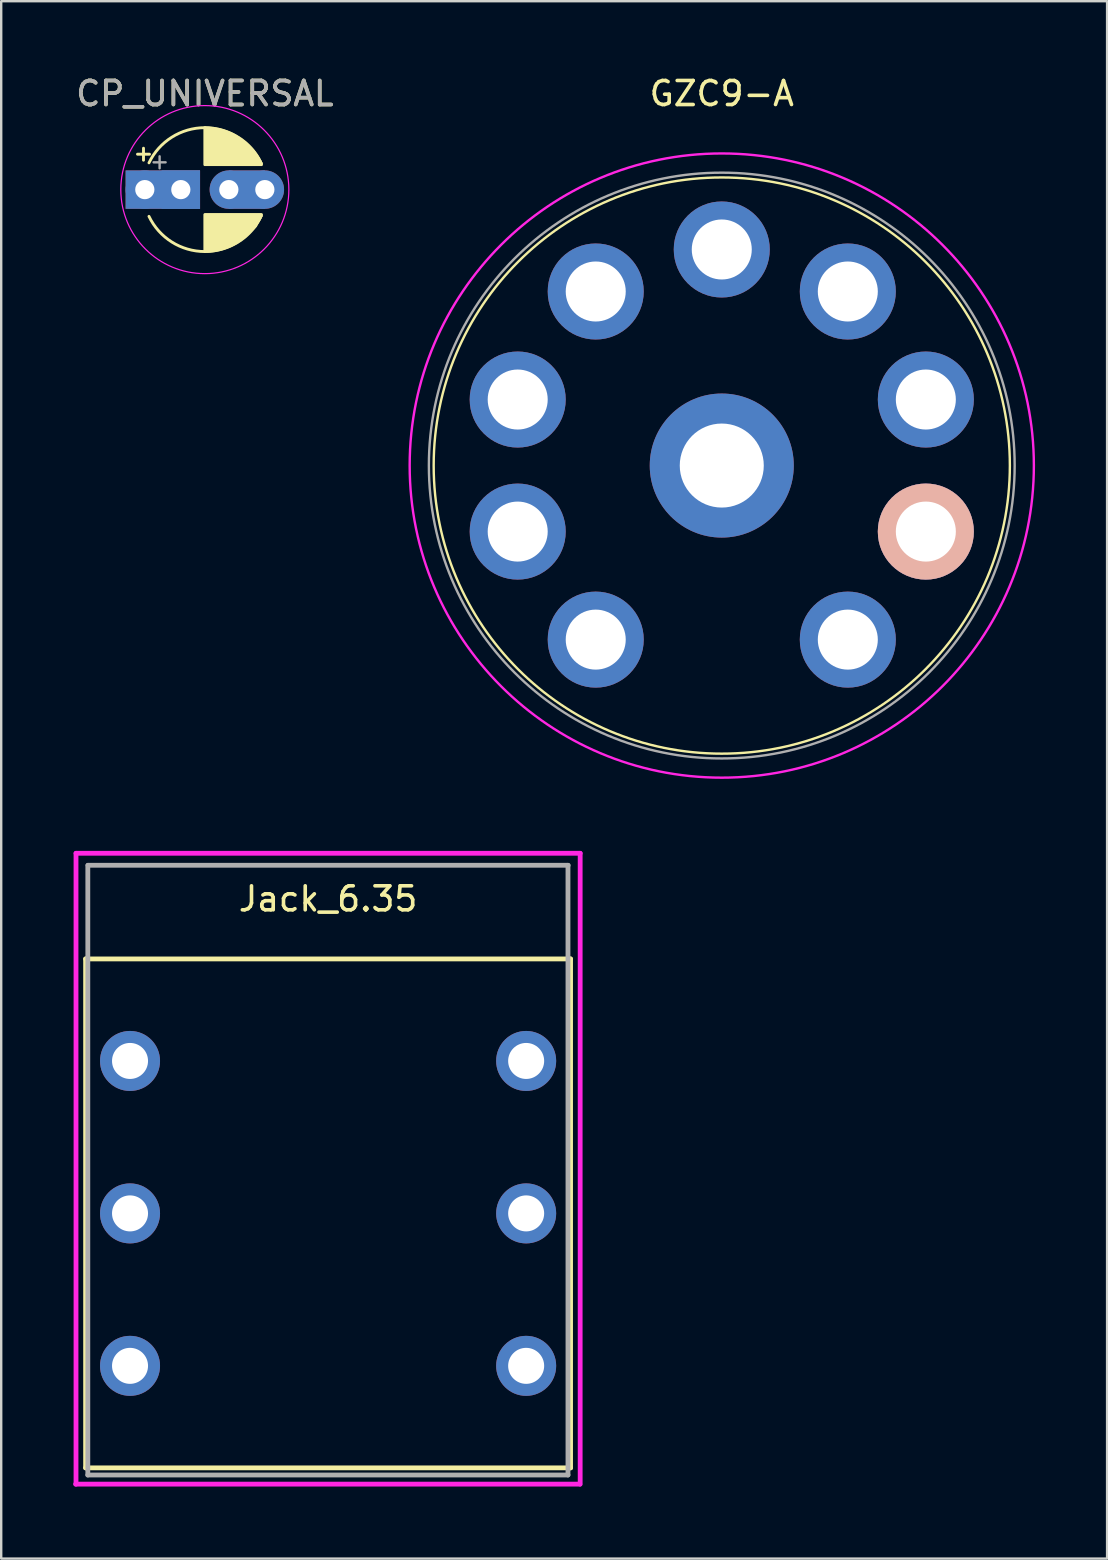
<source format=kicad_pcb>
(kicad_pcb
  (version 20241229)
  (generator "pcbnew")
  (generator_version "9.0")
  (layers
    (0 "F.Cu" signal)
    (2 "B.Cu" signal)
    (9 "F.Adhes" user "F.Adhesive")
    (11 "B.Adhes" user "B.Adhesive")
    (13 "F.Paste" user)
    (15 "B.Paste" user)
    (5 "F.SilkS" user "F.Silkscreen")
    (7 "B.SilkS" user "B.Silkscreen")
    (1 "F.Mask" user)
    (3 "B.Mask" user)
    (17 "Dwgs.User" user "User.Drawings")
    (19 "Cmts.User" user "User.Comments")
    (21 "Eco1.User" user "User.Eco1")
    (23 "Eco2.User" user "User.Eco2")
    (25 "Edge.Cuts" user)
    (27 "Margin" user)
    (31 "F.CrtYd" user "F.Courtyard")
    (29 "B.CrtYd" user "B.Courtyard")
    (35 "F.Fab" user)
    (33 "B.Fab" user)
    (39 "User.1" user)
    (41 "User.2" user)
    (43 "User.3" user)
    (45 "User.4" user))
  (footprint "CP_UNIVERSAL"
    (layer "F.Cu")
    (at 4.482 4.848)
    (property "Reference" "CP_UNIVERSAL" (at 1 -4 0) (layer "F.SilkS") (effects (font (size 1 1) (thickness 0.15))))
    (attr through_hole)
    (fp_poly (pts (xy 0.8 0.8) (xy -2.3 0.8) (xy -2.3 -0.8) (xy 0.8 -0.8)) (stroke (width 0) (type solid)) (fill yes) (layer "F.Cu"))
    (fp_poly (pts (xy 3.5 0.8) (xy 2 0.8) (xy 2 -0.8) (xy 3.5 -0.8)) (stroke (width 0) (type solid)) (fill yes) (layer "F.Cu"))
    (fp_poly (pts (xy 0.8 0.8) (xy -2.3 0.8) (xy -2.3 -0.8) (xy 0.8 -0.8)) (stroke (width 0) (type solid)) (fill yes) (layer "F.Mask"))
    (fp_poly (pts (xy 3.48 0.8) (xy 1.98 0.8) (xy 1.98 -0.8) (xy 3.48 -0.8)) (stroke (width 0) (type solid)) (fill yes) (layer "F.Mask"))
    (fp_poly (pts (xy 0.8 0.8) (xy -2.3 0.8) (xy -2.3 -0.8) (xy 0.8 -0.8)) (stroke (width 0) (type solid)) (fill yes) (layer "B.Cu"))
    (fp_poly (pts (xy 3.5 0.8) (xy 2 0.8) (xy 2 -0.8) (xy 3.5 -0.8)) (stroke (width 0) (type solid)) (fill yes) (layer "B.Cu"))
    (fp_line (start -1.805 -1.475) (end -1.305 -1.475) (stroke (width 0.12) (type solid)) (layer "F.SilkS"))
    (fp_line (start -1.555 -1.725) (end -1.555 -1.225) (stroke (width 0.12) (type solid)) (layer "F.SilkS"))
    (fp_line (start 1 -2.58) (end 1 -1.04) (stroke (width 0.12) (type solid)) (layer "F.SilkS"))
    (fp_line (start 1 1.04) (end 1 2.58) (stroke (width 0.12) (type solid)) (layer "F.SilkS"))
    (fp_line (start 1.04 -2.58) (end 1.04 -1.04) (stroke (width 0.12) (type solid)) (layer "F.SilkS"))
    (fp_line (start 1.04 1.04) (end 1.04 2.58) (stroke (width 0.12) (type solid)) (layer "F.SilkS"))
    (fp_line (start 1.08 -2.579) (end 1.08 -1.04) (stroke (width 0.12) (type solid)) (layer "F.SilkS"))
    (fp_line (start 1.08 1.04) (end 1.08 2.579) (stroke (width 0.12) (type solid)) (layer "F.SilkS"))
    (fp_line (start 1.12 -2.578) (end 1.12 -1.04) (stroke (width 0.12) (type solid)) (layer "F.SilkS"))
    (fp_line (start 1.12 1.04) (end 1.12 2.578) (stroke (width 0.12) (type solid)) (layer "F.SilkS"))
    (fp_line (start 1.16 -2.576) (end 1.16 -1.04) (stroke (width 0.12) (type solid)) (layer "F.SilkS"))
    (fp_line (start 1.16 1.04) (end 1.16 2.576) (stroke (width 0.12) (type solid)) (layer "F.SilkS"))
    (fp_line (start 1.2 -2.573) (end 1.2 -1.04) (stroke (width 0.12) (type solid)) (layer "F.SilkS"))
    (fp_line (start 1.2 1.04) (end 1.2 2.573) (stroke (width 0.12) (type solid)) (layer "F.SilkS"))
    (fp_line (start 1.24 -2.569) (end 1.24 -1.04) (stroke (width 0.12) (type solid)) (layer "F.SilkS"))
    (fp_line (start 1.24 1.04) (end 1.24 2.569) (stroke (width 0.12) (type solid)) (layer "F.SilkS"))
    (fp_line (start 1.28 -2.565) (end 1.28 -1.04) (stroke (width 0.12) (type solid)) (layer "F.SilkS"))
    (fp_line (start 1.28 1.04) (end 1.28 2.565) (stroke (width 0.12) (type solid)) (layer "F.SilkS"))
    (fp_line (start 1.32 -2.561) (end 1.32 -1.04) (stroke (width 0.12) (type solid)) (layer "F.SilkS"))
    (fp_line (start 1.32 1.04) (end 1.32 2.561) (stroke (width 0.12) (type solid)) (layer "F.SilkS"))
    (fp_line (start 1.36 -2.556) (end 1.36 -1.04) (stroke (width 0.12) (type solid)) (layer "F.SilkS"))
    (fp_line (start 1.36 1.04) (end 1.36 2.556) (stroke (width 0.12) (type solid)) (layer "F.SilkS"))
    (fp_line (start 1.4 -2.55) (end 1.4 -1.04) (stroke (width 0.12) (type solid)) (layer "F.SilkS"))
    (fp_line (start 1.4 1.04) (end 1.4 2.55) (stroke (width 0.12) (type solid)) (layer "F.SilkS"))
    (fp_line (start 1.44 -2.543) (end 1.44 -1.04) (stroke (width 0.12) (type solid)) (layer "F.SilkS"))
    (fp_line (start 1.44 1.04) (end 1.44 2.543) (stroke (width 0.12) (type solid)) (layer "F.SilkS"))
    (fp_line (start 1.48 -2.536) (end 1.48 -1.04) (stroke (width 0.12) (type solid)) (layer "F.SilkS"))
    (fp_line (start 1.48 1.04) (end 1.48 2.536) (stroke (width 0.12) (type solid)) (layer "F.SilkS"))
    (fp_line (start 1.52 -2.528) (end 1.52 -1.04) (stroke (width 0.12) (type solid)) (layer "F.SilkS"))
    (fp_line (start 1.52 1.04) (end 1.52 2.528) (stroke (width 0.12) (type solid)) (layer "F.SilkS"))
    (fp_line (start 1.56 -2.52) (end 1.56 -1.04) (stroke (width 0.12) (type solid)) (layer "F.SilkS"))
    (fp_line (start 1.56 1.04) (end 1.56 2.52) (stroke (width 0.12) (type solid)) (layer "F.SilkS"))
    (fp_line (start 1.6 -2.511) (end 1.6 -1.04) (stroke (width 0.12) (type solid)) (layer "F.SilkS"))
    (fp_line (start 1.6 1.04) (end 1.6 2.511) (stroke (width 0.12) (type solid)) (layer "F.SilkS"))
    (fp_line (start 1.64 -2.501) (end 1.64 -1.04) (stroke (width 0.12) (type solid)) (layer "F.SilkS"))
    (fp_line (start 1.64 1.04) (end 1.64 2.501) (stroke (width 0.12) (type solid)) (layer "F.SilkS"))
    (fp_line (start 1.68 -2.491) (end 1.68 -1.04) (stroke (width 0.12) (type solid)) (layer "F.SilkS"))
    (fp_line (start 1.68 1.04) (end 1.68 2.491) (stroke (width 0.12) (type solid)) (layer "F.SilkS"))
    (fp_line (start 1.721 -2.48) (end 1.721 -1.04) (stroke (width 0.12) (type solid)) (layer "F.SilkS"))
    (fp_line (start 1.721 1.04) (end 1.721 2.48) (stroke (width 0.12) (type solid)) (layer "F.SilkS"))
    (fp_line (start 1.761 -2.468) (end 1.761 -1.04) (stroke (width 0.12) (type solid)) (layer "F.SilkS"))
    (fp_line (start 1.761 1.04) (end 1.761 2.468) (stroke (width 0.12) (type solid)) (layer "F.SilkS"))
    (fp_line (start 1.801 -2.455) (end 1.801 -1.04) (stroke (width 0.12) (type solid)) (layer "F.SilkS"))
    (fp_line (start 1.801 1.04) (end 1.801 2.455) (stroke (width 0.12) (type solid)) (layer "F.SilkS"))
    (fp_line (start 1.841 -2.442) (end 1.841 -1.04) (stroke (width 0.12) (type solid)) (layer "F.SilkS"))
    (fp_line (start 1.841 1.04) (end 1.841 2.442) (stroke (width 0.12) (type solid)) (layer "F.SilkS"))
    (fp_line (start 1.881 -2.428) (end 1.881 -1.04) (stroke (width 0.12) (type solid)) (layer "F.SilkS"))
    (fp_line (start 1.881 1.04) (end 1.881 2.428) (stroke (width 0.12) (type solid)) (layer "F.SilkS"))
    (fp_line (start 1.921 -2.414) (end 1.921 -1.04) (stroke (width 0.12) (type solid)) (layer "F.SilkS"))
    (fp_line (start 1.921 1.04) (end 1.921 2.414) (stroke (width 0.12) (type solid)) (layer "F.SilkS"))
    (fp_line (start 1.961 -2.398) (end 1.961 -1.04) (stroke (width 0.12) (type solid)) (layer "F.SilkS"))
    (fp_line (start 1.961 1.04) (end 1.961 2.398) (stroke (width 0.12) (type solid)) (layer "F.SilkS"))
    (fp_line (start 2.001 -2.382) (end 2.001 -1.04) (stroke (width 0.12) (type solid)) (layer "F.SilkS"))
    (fp_line (start 2.001 1.04) (end 2.001 2.382) (stroke (width 0.12) (type solid)) (layer "F.SilkS"))
    (fp_line (start 2.041 -2.365) (end 2.041 -1.04) (stroke (width 0.12) (type solid)) (layer "F.SilkS"))
    (fp_line (start 2.041 1.04) (end 2.041 2.365) (stroke (width 0.12) (type solid)) (layer "F.SilkS"))
    (fp_line (start 2.081 -2.348) (end 2.081 -1.04) (stroke (width 0.12) (type solid)) (layer "F.SilkS"))
    (fp_line (start 2.081 1.04) (end 2.081 2.348) (stroke (width 0.12) (type solid)) (layer "F.SilkS"))
    (fp_line (start 2.121 -2.329) (end 2.121 -1.04) (stroke (width 0.12) (type solid)) (layer "F.SilkS"))
    (fp_line (start 2.121 1.04) (end 2.121 2.329) (stroke (width 0.12) (type solid)) (layer "F.SilkS"))
    (fp_line (start 2.161 -2.31) (end 2.161 -1.04) (stroke (width 0.12) (type solid)) (layer "F.SilkS"))
    (fp_line (start 2.161 1.04) (end 2.161 2.31) (stroke (width 0.12) (type solid)) (layer "F.SilkS"))
    (fp_line (start 2.201 -2.29) (end 2.201 -1.04) (stroke (width 0.12) (type solid)) (layer "F.SilkS"))
    (fp_line (start 2.201 1.04) (end 2.201 2.29) (stroke (width 0.12) (type solid)) (layer "F.SilkS"))
    (fp_line (start 2.241 -2.268) (end 2.241 -1.04) (stroke (width 0.12) (type solid)) (layer "F.SilkS"))
    (fp_line (start 2.241 1.04) (end 2.241 2.268) (stroke (width 0.12) (type solid)) (layer "F.SilkS"))
    (fp_line (start 2.281 -2.247) (end 2.281 -1.04) (stroke (width 0.12) (type solid)) (layer "F.SilkS"))
    (fp_line (start 2.281 1.04) (end 2.281 2.247) (stroke (width 0.12) (type solid)) (layer "F.SilkS"))
    (fp_line (start 2.321 -2.224) (end 2.321 -1.04) (stroke (width 0.12) (type solid)) (layer "F.SilkS"))
    (fp_line (start 2.321 1.04) (end 2.321 2.224) (stroke (width 0.12) (type solid)) (layer "F.SilkS"))
    (fp_line (start 2.361 -2.2) (end 2.361 -1.04) (stroke (width 0.12) (type solid)) (layer "F.SilkS"))
    (fp_line (start 2.361 1.04) (end 2.361 2.2) (stroke (width 0.12) (type solid)) (layer "F.SilkS"))
    (fp_line (start 2.401 -2.175) (end 2.401 -1.04) (stroke (width 0.12) (type solid)) (layer "F.SilkS"))
    (fp_line (start 2.401 1.04) (end 2.401 2.175) (stroke (width 0.12) (type solid)) (layer "F.SilkS"))
    (fp_line (start 2.441 -2.149) (end 2.441 -1.04) (stroke (width 0.12) (type solid)) (layer "F.SilkS"))
    (fp_line (start 2.441 1.04) (end 2.441 2.149) (stroke (width 0.12) (type solid)) (layer "F.SilkS"))
    (fp_line (start 2.481 -2.122) (end 2.481 -1.04) (stroke (width 0.12) (type solid)) (layer "F.SilkS"))
    (fp_line (start 2.481 1.04) (end 2.481 2.122) (stroke (width 0.12) (type solid)) (layer "F.SilkS"))
    (fp_line (start 2.521 -2.095) (end 2.521 -1.04) (stroke (width 0.12) (type solid)) (layer "F.SilkS"))
    (fp_line (start 2.521 1.04) (end 2.521 2.095) (stroke (width 0.12) (type solid)) (layer "F.SilkS"))
    (fp_line (start 2.561 -2.065) (end 2.561 -1.04) (stroke (width 0.12) (type solid)) (layer "F.SilkS"))
    (fp_line (start 2.561 1.04) (end 2.561 2.065) (stroke (width 0.12) (type solid)) (layer "F.SilkS"))
    (fp_line (start 2.601 -2.035) (end 2.601 -1.04) (stroke (width 0.12) (type solid)) (layer "F.SilkS"))
    (fp_line (start 2.601 1.04) (end 2.601 2.035) (stroke (width 0.12) (type solid)) (layer "F.SilkS"))
    (fp_line (start 2.641 -2.004) (end 2.641 -1.04) (stroke (width 0.12) (type solid)) (layer "F.SilkS"))
    (fp_line (start 2.641 1.04) (end 2.641 2.004) (stroke (width 0.12) (type solid)) (layer "F.SilkS"))
    (fp_line (start 2.681 -1.971) (end 2.681 -1.04) (stroke (width 0.12) (type solid)) (layer "F.SilkS"))
    (fp_line (start 2.681 1.04) (end 2.681 1.971) (stroke (width 0.12) (type solid)) (layer "F.SilkS"))
    (fp_line (start 2.721 -1.937) (end 2.721 -1.04) (stroke (width 0.12) (type solid)) (layer "F.SilkS"))
    (fp_line (start 2.721 1.04) (end 2.721 1.937) (stroke (width 0.12) (type solid)) (layer "F.SilkS"))
    (fp_line (start 2.761 -1.901) (end 2.761 -1.04) (stroke (width 0.12) (type solid)) (layer "F.SilkS"))
    (fp_line (start 2.761 1.04) (end 2.761 1.901) (stroke (width 0.12) (type solid)) (layer "F.SilkS"))
    (fp_line (start 2.801 -1.864) (end 2.801 -1.04) (stroke (width 0.12) (type solid)) (layer "F.SilkS"))
    (fp_line (start 2.801 1.04) (end 2.801 1.864) (stroke (width 0.12) (type solid)) (layer "F.SilkS"))
    (fp_line (start 2.841 -1.826) (end 2.841 -1.04) (stroke (width 0.12) (type solid)) (layer "F.SilkS"))
    (fp_line (start 2.841 1.04) (end 2.841 1.826) (stroke (width 0.12) (type solid)) (layer "F.SilkS"))
    (fp_line (start 2.881 -1.785) (end 2.881 -1.04) (stroke (width 0.12) (type solid)) (layer "F.SilkS"))
    (fp_line (start 2.881 1.04) (end 2.881 1.785) (stroke (width 0.12) (type solid)) (layer "F.SilkS"))
    (fp_line (start 2.921 -1.743) (end 2.921 -1.04) (stroke (width 0.12) (type solid)) (layer "F.SilkS"))
    (fp_line (start 2.921 1.04) (end 2.921 1.743) (stroke (width 0.12) (type solid)) (layer "F.SilkS"))
    (fp_line (start 2.961 -1.699) (end 2.961 -1.04) (stroke (width 0.12) (type solid)) (layer "F.SilkS"))
    (fp_line (start 2.961 1.04) (end 2.961 1.699) (stroke (width 0.12) (type solid)) (layer "F.SilkS"))
    (fp_line (start 3.001 -1.653) (end 3.001 -1.04) (stroke (width 0.12) (type solid)) (layer "F.SilkS"))
    (fp_line (start 3.001 1.04) (end 3.001 1.653) (stroke (width 0.12) (type solid)) (layer "F.SilkS"))
    (fp_line (start 3.04 1.04) (end 3.04 1.607) (stroke (width 0.12) (type solid)) (layer "F.SilkS"))
    (fp_line (start 3.041 -1.605) (end 3.041 -1.04) (stroke (width 0.12) (type solid)) (layer "F.SilkS"))
    (fp_line (start 3.08 1.04) (end 3.08 1.561) (stroke (width 0.12) (type solid)) (layer "F.SilkS"))
    (fp_line (start 3.081 -1.554) (end 3.081 -1.04) (stroke (width 0.12) (type solid)) (layer "F.SilkS"))
    (fp_line (start 3.12 1.04) (end 3.12 1.515) (stroke (width 0.12) (type solid)) (layer "F.SilkS"))
    (fp_line (start 3.121 -1.5) (end 3.121 -1.04) (stroke (width 0.12) (type solid)) (layer "F.SilkS"))
    (fp_line (start 3.16 1.04) (end 3.16 1.45) (stroke (width 0.12) (type solid)) (layer "F.SilkS"))
    (fp_line (start 3.161 -1.443) (end 3.161 -1.04) (stroke (width 0.12) (type solid)) (layer "F.SilkS"))
    (fp_line (start 3.2 1.04) (end 3.2 1.383) (stroke (width 0.12) (type solid)) (layer "F.SilkS"))
    (fp_line (start 3.201 -1.383) (end 3.201 -1.04) (stroke (width 0.12) (type solid)) (layer "F.SilkS"))
    (fp_line (start 3.24 1.04) (end 3.24 1.319) (stroke (width 0.12) (type solid)) (layer "F.SilkS"))
    (fp_line (start 3.241 -1.319) (end 3.241 -1.04) (stroke (width 0.12) (type solid)) (layer "F.SilkS"))
    (fp_line (start 3.28 1.04) (end 3.28 1.251) (stroke (width 0.12) (type solid)) (layer "F.SilkS"))
    (fp_line (start 3.281 -1.251) (end 3.281 -1.04) (stroke (width 0.12) (type solid)) (layer "F.SilkS"))
    (fp_line (start 3.32 1.04) (end 3.32 1.178) (stroke (width 0.12) (type solid)) (layer "F.SilkS"))
    (fp_line (start 3.321 -1.178) (end 3.321 -1.04) (stroke (width 0.12) (type solid)) (layer "F.SilkS"))
    (fp_line (start 3.36 1.04) (end 3.36 1.098) (stroke (width 0.12) (type solid)) (layer "F.SilkS"))
    (fp_line (start 3.361 -1.098) (end 3.361 -1.04) (stroke (width 0.12) (type solid)) (layer "F.SilkS"))
    (fp_arc (start -1.326388 -1.11549) (mid -0.374488 -2.183388) (end 1 -2.58) (stroke (width 0.12) (type solid)) (layer "F.SilkS"))
    (fp_arc (start 1 2.58) (mid -0.374821 2.183178) (end -1.326728 1.114781) (stroke (width 0.12) (type solid)) (layer "F.SilkS"))
    (fp_circle (center 1 0) (end 4.5 0) (stroke (width 0.05) (type solid)) (fill no) (layer "F.CrtYd"))
    (fp_line (start -1.134 -1.137) (end -0.634 -1.137) (stroke (width 0.1) (type solid)) (layer "F.Fab"))
    (fp_line (start -0.884 -1.387) (end -0.884 -0.887) (stroke (width 0.1) (type solid)) (layer "F.Fab"))
    (fp_text user "${REFERENCE}" (at 1 -4 0) (layer "F.Fab") (effects (font (size 1 1) (thickness 0.15))))
    (pad "" thru_hole rect (at 0 0) (size 1.6 1.6) (drill 0.8) (layers "*.Cu" "*.Mask"))
    (pad "" thru_hole circle (at 2 0) (size 1.6 1.6) (drill 0.8) (layers "*.Cu" "*.Mask"))
    (pad "1" thru_hole circle (at -1.5 0) (size 1.6 1.6) (drill 0.8) (layers "*.Cu" "*.Mask"))
    (pad "2" thru_hole circle (at 3.5 0) (size 1.6 1.6) (drill 0.8) (layers "*.Cu" "*.Mask")))
  (footprint "Jack_6.35"
    (layer "F.Cu")
    (at 10.616 47.492)
    (property "Reference" "Jack_6.35" (at 0 -13.1 0) (layer "F.SilkS") (effects (font (size 1 1) (thickness 0.15))))
    (attr through_hole)
    (fp_line (start -10.1 -10.6) (end -10.1 10.6) (stroke (width 0.2) (type solid)) (layer "F.SilkS"))
    (fp_line (start -10.1 10.6) (end 10.1 10.6) (stroke (width 0.2) (type solid)) (layer "F.SilkS"))
    (fp_line (start 10.1 -10.6) (end -10.1 -10.6) (stroke (width 0.2) (type solid)) (layer "F.SilkS"))
    (fp_line (start 10.1 10.6) (end 10.1 -10.6) (stroke (width 0.2) (type solid)) (layer "F.SilkS"))
    (fp_line (start -10.516 11.278) (end 10.484 11.278) (stroke (width 0.2) (type solid)) (layer "F.CrtYd"))
    (fp_line (start -10.5 -15) (end -10.5 11.278) (stroke (width 0.2) (type solid)) (layer "F.CrtYd"))
    (fp_line (start -10.5 -15) (end 10.5 -15) (stroke (width 0.2) (type solid)) (layer "F.CrtYd"))
    (fp_line (start 10.5 -15) (end 10.5 11.278) (stroke (width 0.2) (type solid)) (layer "F.CrtYd"))
    (fp_line (start -10.008 10.897) (end -10.008 -14.5) (stroke (width 0.2) (type solid)) (layer "F.Fab"))
    (fp_line (start -10.008 10.897) (end 9.992 10.897) (stroke (width 0.2) (type solid)) (layer "F.Fab"))
    (fp_line (start -10 -14.5) (end 10 -14.5) (stroke (width 0.2) (type solid)) (layer "F.Fab"))
    (fp_line (start 9.992 10.897) (end 9.992 -14.5) (stroke (width 0.2) (type solid)) (layer "F.Fab"))
    (pad "1" thru_hole circle (at 8.25 -6.35) (size 2.5 2.5) (drill 1.5) (layers "*.Cu" "*.Mask"))
    (pad "2" thru_hole circle (at -8.25 -6.35) (size 2.5 2.5) (drill 1.5) (layers "*.Cu" "*.Mask"))
    (pad "3" thru_hole circle (at 8.25 0) (size 2.5 2.5) (drill 1.5) (layers "*.Cu" "*.Mask"))
    (pad "4" thru_hole circle (at -8.25 0) (size 2.5 2.5) (drill 1.5) (layers "*.Cu" "*.Mask"))
    (pad "5" thru_hole circle (at 8.25 6.35) (size 2.5 2.5) (drill 1.5) (layers "*.Cu" "*.Mask"))
    (pad "6" thru_hole circle (at -8.25 6.35) (size 2.5 2.5) (drill 1.5) (layers "*.Cu" "*.Mask")))
  (footprint "GZC9-A"
    (layer "F.Cu")
    (at 27.014 16.342)
    (property "Reference" "GZC9-A" (at 0 -15.494 0) (layer "F.SilkS") (effects (font (size 1 1) (thickness 0.15))))
    (attr through_hole)
    (fp_circle (center 0 0) (end 12 0) (stroke (width 0.1) (type solid)) (fill no) (layer "F.SilkS"))
    (fp_circle (center 0 0) (end 13 0) (stroke (width 0.1) (type solid)) (fill no) (layer "F.CrtYd"))
    (fp_circle (center 0 0) (end 12.2 0) (stroke (width 0.1) (type solid)) (fill no) (layer "F.Fab"))
    (pad "1" thru_hole circle (at 5.25 7.25) (size 4 4) (drill 2.5) (layers "*.Cu" "*.Mask"))
    (pad "2" thru_hole circle (at 8.5 2.75) (size 4 4) (drill 2.5) (layers "*.Cu" "*.Mask" "B.SilkS"))
    (pad "3" thru_hole circle (at 8.5 -2.75) (size 4 4) (drill 2.5) (layers "*.Cu" "*.Mask"))
    (pad "4" thru_hole circle (at 5.25 -7.25) (size 4 4) (drill 2.5) (layers "*.Cu" "*.Mask"))
    (pad "5" thru_hole circle (at 0 -9) (size 4 4) (drill 2.5) (layers "*.Cu" "*.Mask"))
    (pad "6" thru_hole circle (at -5.25 -7.25) (size 4 4) (drill 2.5) (layers "*.Cu" "*.Mask"))
    (pad "7" thru_hole circle (at -8.5 -2.75) (size 4 4) (drill 2.5) (layers "*.Cu" "*.Mask"))
    (pad "8" thru_hole circle (at -8.5 2.75) (size 4 4) (drill 2.5) (layers "*.Cu" "*.Mask"))
    (pad "9" thru_hole circle (at -5.25 7.25) (size 4 4) (drill 2.5) (layers "*.Cu" "*.Mask"))
    (pad "10" thru_hole circle (at 0 0) (size 6 6) (drill 3.5) (layers "*.Cu" "*.Mask")))
  (gr_rect
    (start -3 -3)
    (end 43.064 61.87)
    (stroke (width 0.1) (type default))
    (fill no)
    (layer "Edge.Cuts")))
</source>
